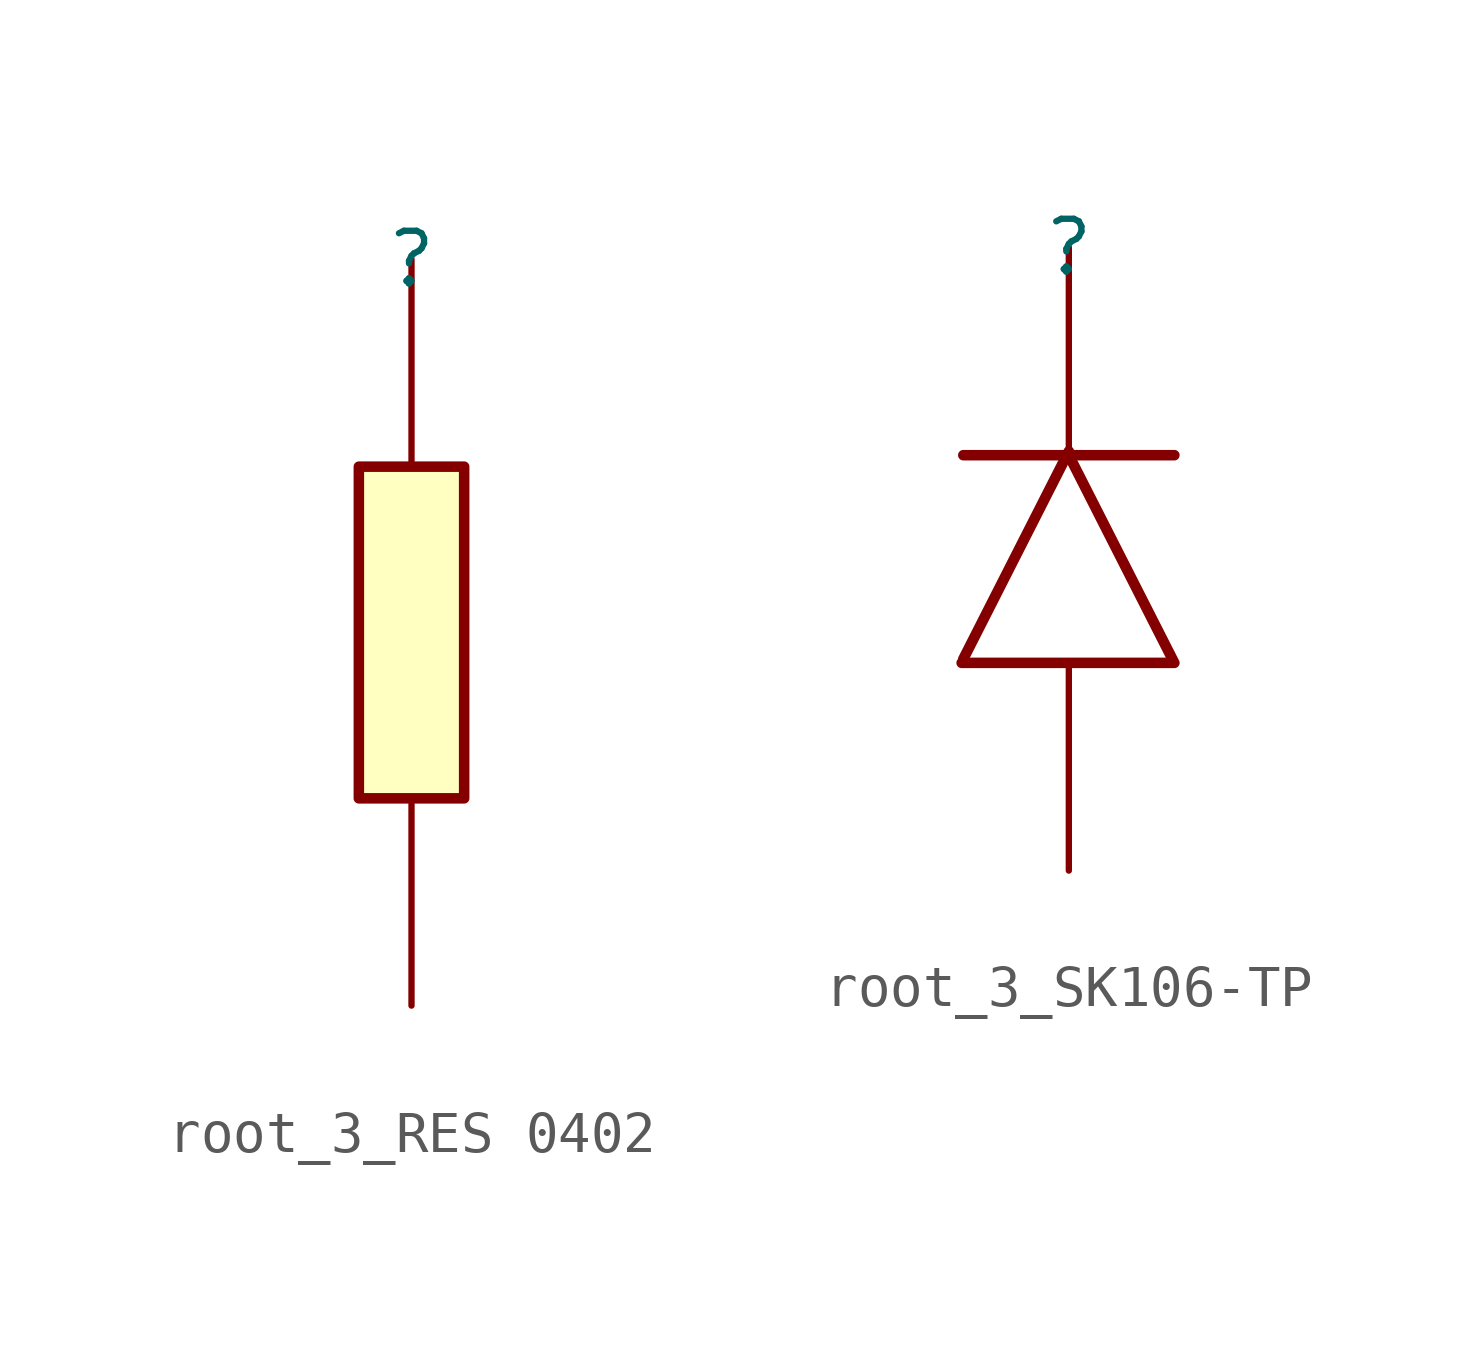
<source format=kicad_sym>
(kicad_symbol_lib
  (version 20220914)
  (generator kicad_symbol_editor)
  (symbol "root_3_RES 0402"
    (property "Reference" ""
      (at 0 0 0)
      (effects (font (size 1.27 1.27))))
    (property "Value" ""
      (at 0 0 0)
      (effects (font (size 1.27 1.27))))
    (symbol "root_3_RES 0402_1_0"
      (rectangle (start 1.27 -5) (end -1.27 -13) (stroke (width 0.254) (type solid)) (fill (type background)))
      (pin passive line (at 0 0 270) (length 5) (name "1" (effects (font (size 0 0)))) (number "1" (effects (font (size 0 0)))))
      (pin passive line (at 0 -18 90) (length 5) (name "2" (effects (font (size 0 0)))) (number "2" (effects (font (size 0 0)))))))
  (symbol "root_3_SK106-TP"
    (property "Reference" ""
      (at 0 0 0)
      (effects (font (size 1.27 1.27))))
    (property "Value" ""
      (at 0 0 0)
      (effects (font (size 1.27 1.27))))
    (symbol "root_3_SK106-TP_1_0"
      (polyline (pts (xy -2.54 -9.906) (xy 0 -4.906)) (stroke (width 0.254) (type solid)) (fill (type none)))
      (polyline (pts (xy 0 -5) (xy 2.54 -10)) (stroke (width 0.254) (type solid)) (fill (type none)))
      (polyline (pts (xy 2.5 -10) (xy -2.58 -10)) (stroke (width 0.254) (type solid)) (fill (type none)))
      (polyline (pts (xy 2.54 -5) (xy -2.54 -5)) (stroke (width 0.254) (type solid)) (fill (type none)))
      (pin passive line (at 0 0 270) (length 5) (name "K" (effects (font (size 0 0)))) (number "1" (effects (font (size 0 0)))))
      (pin passive line (at 0 -15 90) (length 5) (name "A" (effects (font (size 0 0)))) (number "2" (effects (font (size 0 0))))))))
</source>
